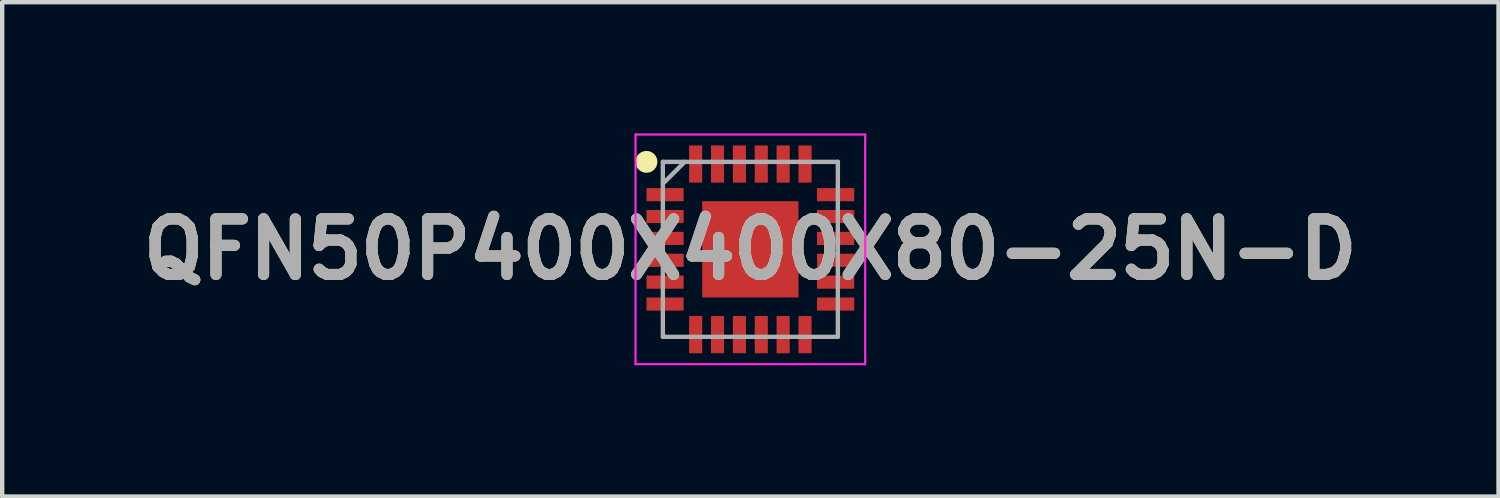
<source format=kicad_pcb>
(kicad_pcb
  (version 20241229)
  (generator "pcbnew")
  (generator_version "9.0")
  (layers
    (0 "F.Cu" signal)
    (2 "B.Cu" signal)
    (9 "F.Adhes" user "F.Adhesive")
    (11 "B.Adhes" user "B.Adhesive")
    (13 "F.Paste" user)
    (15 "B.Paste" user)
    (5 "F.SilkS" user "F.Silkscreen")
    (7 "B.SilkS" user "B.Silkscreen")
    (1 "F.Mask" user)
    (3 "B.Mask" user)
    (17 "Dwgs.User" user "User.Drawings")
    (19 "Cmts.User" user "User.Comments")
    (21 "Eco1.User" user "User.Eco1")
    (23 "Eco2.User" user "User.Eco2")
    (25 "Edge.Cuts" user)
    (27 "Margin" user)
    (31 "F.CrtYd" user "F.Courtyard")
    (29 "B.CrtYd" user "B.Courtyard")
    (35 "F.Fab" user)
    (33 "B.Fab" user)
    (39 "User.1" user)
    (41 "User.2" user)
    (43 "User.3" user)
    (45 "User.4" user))
  (footprint "QFN50P400X400X80-25N-D"
    (layer "F.Cu")
    (at 14.103 2.65)
    (property "Reference" "QFN50P400X400X80-25N-D" (at 0 0 0) (layer "F.SilkS") (effects (font (size 1.27 1.27) (thickness 0.254))))
    (attr smd)
    (fp_circle (center -2.375 -2) (end -2.375 -1.875) (stroke (width 0.25) (type solid)) (fill no) (layer "F.SilkS"))
    (fp_line (start -2.625 -2.625) (end 2.625 -2.625) (stroke (width 0.05) (type solid)) (layer "F.CrtYd"))
    (fp_line (start -2.625 2.625) (end -2.625 -2.625) (stroke (width 0.05) (type solid)) (layer "F.CrtYd"))
    (fp_line (start 2.625 -2.625) (end 2.625 2.625) (stroke (width 0.05) (type solid)) (layer "F.CrtYd"))
    (fp_line (start 2.625 2.625) (end -2.625 2.625) (stroke (width 0.05) (type solid)) (layer "F.CrtYd"))
    (fp_line (start -2 -2) (end 2 -2) (stroke (width 0.1) (type solid)) (layer "F.Fab"))
    (fp_line (start -2 -1.5) (end -1.5 -2) (stroke (width 0.1) (type solid)) (layer "F.Fab"))
    (fp_line (start -2 2) (end -2 -2) (stroke (width 0.1) (type solid)) (layer "F.Fab"))
    (fp_line (start 2 -2) (end 2 2) (stroke (width 0.1) (type solid)) (layer "F.Fab"))
    (fp_line (start 2 2) (end -2 2) (stroke (width 0.1) (type solid)) (layer "F.Fab"))
    (fp_text user "${REFERENCE}" (at 0 0 0) (layer "F.Fab") (effects (font (size 1.27 1.27) (thickness 0.254))))
    (pad "1" smd rect (at -1.95 -1.25 90) (size 0.3 0.85) (layers "F.Cu" "F.Mask" "F.Paste"))
    (pad "2" smd rect (at -1.95 -0.75 90) (size 0.3 0.85) (layers "F.Cu" "F.Mask" "F.Paste"))
    (pad "3" smd rect (at -1.95 -0.25 90) (size 0.3 0.85) (layers "F.Cu" "F.Mask" "F.Paste"))
    (pad "4" smd rect (at -1.95 0.25 90) (size 0.3 0.85) (layers "F.Cu" "F.Mask" "F.Paste"))
    (pad "5" smd rect (at -1.95 0.75 90) (size 0.3 0.85) (layers "F.Cu" "F.Mask" "F.Paste"))
    (pad "6" smd rect (at -1.95 1.25 90) (size 0.3 0.85) (layers "F.Cu" "F.Mask" "F.Paste"))
    (pad "7" smd rect (at -1.25 1.95) (size 0.3 0.85) (layers "F.Cu" "F.Mask" "F.Paste"))
    (pad "8" smd rect (at -0.75 1.95) (size 0.3 0.85) (layers "F.Cu" "F.Mask" "F.Paste"))
    (pad "9" smd rect (at -0.25 1.95) (size 0.3 0.85) (layers "F.Cu" "F.Mask" "F.Paste"))
    (pad "10" smd rect (at 0.25 1.95) (size 0.3 0.85) (layers "F.Cu" "F.Mask" "F.Paste"))
    (pad "11" smd rect (at 0.75 1.95) (size 0.3 0.85) (layers "F.Cu" "F.Mask" "F.Paste"))
    (pad "12" smd rect (at 1.25 1.95) (size 0.3 0.85) (layers "F.Cu" "F.Mask" "F.Paste"))
    (pad "13" smd rect (at 1.95 1.25 90) (size 0.3 0.85) (layers "F.Cu" "F.Mask" "F.Paste"))
    (pad "14" smd rect (at 1.95 0.75 90) (size 0.3 0.85) (layers "F.Cu" "F.Mask" "F.Paste"))
    (pad "15" smd rect (at 1.95 0.25 90) (size 0.3 0.85) (layers "F.Cu" "F.Mask" "F.Paste"))
    (pad "16" smd rect (at 1.95 -0.25 90) (size 0.3 0.85) (layers "F.Cu" "F.Mask" "F.Paste"))
    (pad "17" smd rect (at 1.95 -0.75 90) (size 0.3 0.85) (layers "F.Cu" "F.Mask" "F.Paste"))
    (pad "18" smd rect (at 1.95 -1.25 90) (size 0.3 0.85) (layers "F.Cu" "F.Mask" "F.Paste"))
    (pad "19" smd rect (at 1.25 -1.95) (size 0.3 0.85) (layers "F.Cu" "F.Mask" "F.Paste"))
    (pad "20" smd rect (at 0.75 -1.95) (size 0.3 0.85) (layers "F.Cu" "F.Mask" "F.Paste"))
    (pad "21" smd rect (at 0.25 -1.95) (size 0.3 0.85) (layers "F.Cu" "F.Mask" "F.Paste"))
    (pad "22" smd rect (at -0.25 -1.95) (size 0.3 0.85) (layers "F.Cu" "F.Mask" "F.Paste"))
    (pad "23" smd rect (at -0.75 -1.95) (size 0.3 0.85) (layers "F.Cu" "F.Mask" "F.Paste"))
    (pad "24" smd rect (at -1.25 -1.95) (size 0.3 0.85) (layers "F.Cu" "F.Mask" "F.Paste"))
    (pad "25" smd rect (at 0 0) (size 2.2 2.2) (layers "F.Cu" "F.Mask" "F.Paste")))
  (gr_rect
    (start -3 -3)
    (end 31.206 8.3)
    (stroke (width 0.1) (type default))
    (fill no)
    (layer "Edge.Cuts")))
</source>
